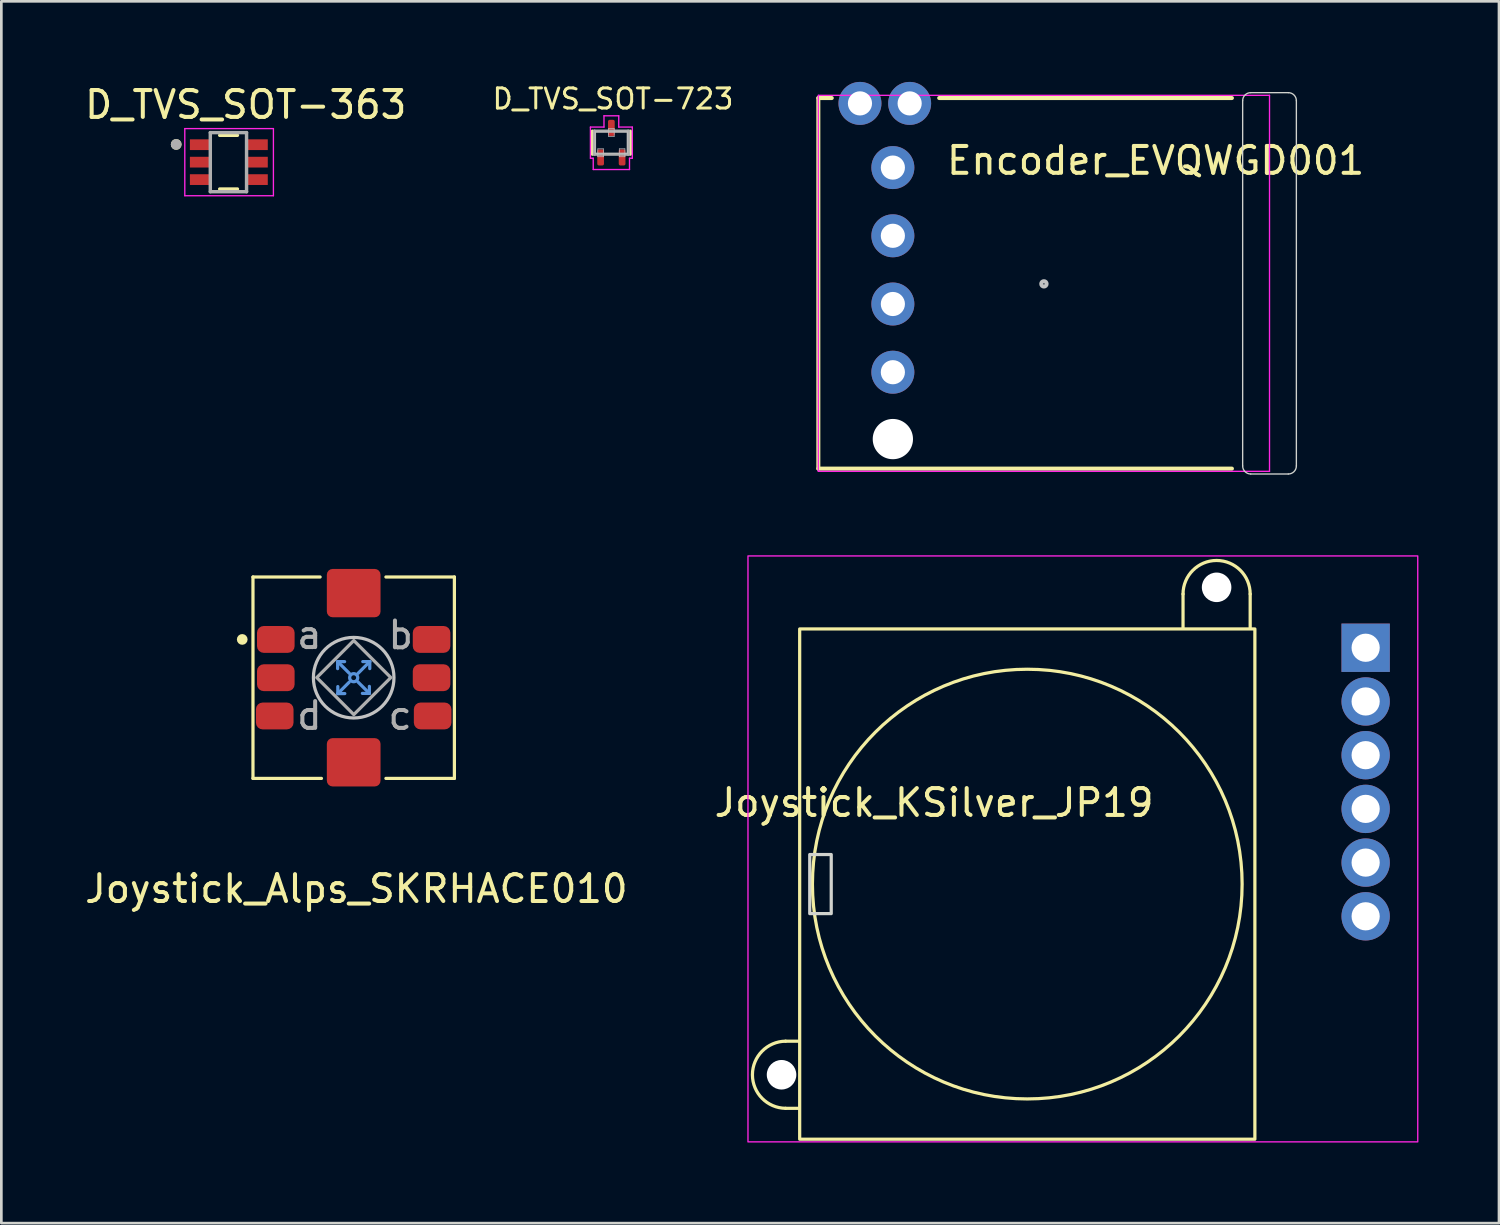
<source format=kicad_pcb>
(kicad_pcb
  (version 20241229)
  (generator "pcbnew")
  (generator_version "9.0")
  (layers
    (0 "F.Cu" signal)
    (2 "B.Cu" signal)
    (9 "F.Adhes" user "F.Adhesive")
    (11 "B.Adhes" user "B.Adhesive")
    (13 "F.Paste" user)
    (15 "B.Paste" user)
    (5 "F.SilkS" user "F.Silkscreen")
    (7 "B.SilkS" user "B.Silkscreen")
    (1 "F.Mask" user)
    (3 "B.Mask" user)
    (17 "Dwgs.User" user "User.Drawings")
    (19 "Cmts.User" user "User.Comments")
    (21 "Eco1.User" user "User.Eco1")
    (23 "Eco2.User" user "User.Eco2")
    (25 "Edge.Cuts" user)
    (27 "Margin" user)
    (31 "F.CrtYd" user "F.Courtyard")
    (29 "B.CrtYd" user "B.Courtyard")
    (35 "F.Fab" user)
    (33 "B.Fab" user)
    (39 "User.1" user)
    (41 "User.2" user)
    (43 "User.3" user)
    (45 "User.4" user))
  (footprint "D_TVS_SOT-363"
    (layer "F.Cu")
    (at 5.461 2.988)
    (property "Reference" "D_TVS_SOT-363" (at 0.64 -2.14 0) (layer "F.SilkS") (effects (font (size 1 1) (thickness 0.15))))
    (attr smd)
    (fp_line (start -0.33 1) (end 0.33 1) (stroke (width 0.127) (type solid)) (layer "F.SilkS"))
    (fp_line (start 0.33 -1) (end -0.33 -1) (stroke (width 0.127) (type solid)) (layer "F.SilkS"))
    (fp_circle (center -1.95 -0.66) (end -1.85 -0.66) (stroke (width 0.2) (type solid)) (fill no) (layer "F.SilkS"))
    (fp_line (start -1.63 -1.25) (end -1.63 1.25) (stroke (width 0.05) (type solid)) (layer "F.CrtYd"))
    (fp_line (start -1.63 1.25) (end 1.67 1.25) (stroke (width 0.05) (type solid)) (layer "F.CrtYd"))
    (fp_line (start 1.67 -1.25) (end -1.63 -1.25) (stroke (width 0.05) (type solid)) (layer "F.CrtYd"))
    (fp_line (start 1.67 1.25) (end 1.67 -1.25) (stroke (width 0.05) (type solid)) (layer "F.CrtYd"))
    (fp_line (start -0.68 -1.1) (end -0.68 1.1) (stroke (width 0.127) (type solid)) (layer "F.Fab"))
    (fp_line (start -0.68 1.1) (end 0.67 1.1) (stroke (width 0.127) (type solid)) (layer "F.Fab"))
    (fp_line (start 0.67 -1.1) (end -0.68 -1.1) (stroke (width 0.127) (type solid)) (layer "F.Fab"))
    (fp_line (start 0.67 1.1) (end 0.67 -1.1) (stroke (width 0.127) (type solid)) (layer "F.Fab"))
    (fp_circle (center -1.95 -0.66) (end -1.85 -0.66) (stroke (width 0.2) (type solid)) (fill no) (layer "F.Fab"))
    (pad "1" smd rect (at -1.04 -0.65) (size 0.8 0.4) (layers "F.Cu" "F.Mask" "F.Paste"))
    (pad "2" smd rect (at -1.04 0) (size 0.8 0.4) (layers "F.Cu" "F.Mask" "F.Paste"))
    (pad "3" smd rect (at -1.04 0.65) (size 0.8 0.4) (layers "F.Cu" "F.Mask" "F.Paste"))
    (pad "4" smd rect (at 1.06 0.65) (size 0.8 0.4) (layers "F.Cu" "F.Mask" "F.Paste"))
    (pad "5" smd rect (at 1.06 0) (size 0.8 0.4) (layers "F.Cu" "F.Mask" "F.Paste"))
    (pad "6" smd rect (at 1.06 -0.65) (size 0.8 0.4) (layers "F.Cu" "F.Mask" "F.Paste")))
  (footprint "Joystick_Alps_SKRHACE010"
    (layer "F.Cu")
    (at 10.12 22.185)
    (property "Reference" "Joystick_Alps_SKRHACE010" (at 0.1 7.86 0) (unlocked yes) (layer "F.SilkS") (effects (font (size 1 1) (thickness 0.15))))
    (attr smd)
    (fp_line (start -3.75 -3.75) (end -1.25 -3.75) (stroke (width 0.12) (type default)) (layer "F.SilkS"))
    (fp_line (start -3.75 3.75) (end -3.75 -3.75) (stroke (width 0.12) (type default)) (layer "F.SilkS"))
    (fp_line (start -1.2 3.75) (end -3.75 3.75) (stroke (width 0.12) (type default)) (layer "F.SilkS"))
    (fp_line (start 3.75 -3.75) (end 1.2 -3.75) (stroke (width 0.12) (type default)) (layer "F.SilkS"))
    (fp_line (start 3.75 -3.75) (end 3.75 3.75) (stroke (width 0.12) (type default)) (layer "F.SilkS"))
    (fp_line (start 3.75 3.75) (end 1.2 3.75) (stroke (width 0.12) (type default)) (layer "F.SilkS"))
    (fp_circle (center -4.15 -1.425) (end -4.05 -1.425) (stroke (width 0.2) (type solid)) (fill no) (layer "F.SilkS"))
    (fp_circle (center 0 0) (end 1.5 0) (stroke (width 0.12) (type default)) (fill no) (layer "Dwgs.User"))
    (fp_line (start -0.598 -0.598) (end -0.598 -0.338) (stroke (width 0.12) (type default)) (layer "Cmts.User"))
    (fp_line (start -0.598 -0.598) (end -0.338 -0.598) (stroke (width 0.12) (type default)) (layer "Cmts.User"))
    (fp_line (start -0.591 0.591) (end -0.591 0.331) (stroke (width 0.12) (type default)) (layer "Cmts.User"))
    (fp_line (start -0.591 0.591) (end -0.331 0.591) (stroke (width 0.12) (type default)) (layer "Cmts.User"))
    (fp_line (start -0.169 0.169) (end -0.591 0.591) (stroke (width 0.12) (type default)) (layer "Cmts.User"))
    (fp_line (start -0.162 -0.162) (end -0.598 -0.598) (stroke (width 0.12) (type default)) (layer "Cmts.User"))
    (fp_line (start 0.16 0.16) (end 0.584 0.584) (stroke (width 0.12) (type default)) (layer "Cmts.User"))
    (fp_line (start 0.161 -0.161) (end 0.599 -0.599) (stroke (width 0.12) (type default)) (layer "Cmts.User"))
    (fp_line (start 0.584 0.584) (end 0.324 0.584) (stroke (width 0.12) (type default)) (layer "Cmts.User"))
    (fp_line (start 0.584 0.584) (end 0.584 0.324) (stroke (width 0.12) (type default)) (layer "Cmts.User"))
    (fp_line (start 0.599 -0.599) (end 0.339 -0.599) (stroke (width 0.12) (type default)) (layer "Cmts.User"))
    (fp_line (start 0.599 -0.599) (end 0.599 -0.339) (stroke (width 0.12) (type default)) (layer "Cmts.User"))
    (fp_circle (center 0 0) (end 0.15 0) (stroke (width 0.12) (type default)) (fill no) (layer "Cmts.User"))
    (fp_rect (start -4.5 -4.5) (end 4.5 4.5) (stroke (width 0.12) (type default)) (fill no) (layer "Margin"))
    (fp_poly (pts (xy 0.004 -1.384) (xy 1.383 -0.005) (xy 0.004 1.374) (xy -1.375 -0.005)) (stroke (width 0.12) (type solid)) (fill no) (layer "F.Fab"))
    (fp_text user "d" (at -2.2 2 0) (layer "F.Fab") (effects (font (size 1 1) (thickness 0.15)) (justify left bottom)))
    (fp_text user "b" (at 1.2 -1 0) (layer "F.Fab") (effects (font (size 1 1) (thickness 0.15)) (justify left bottom)))
    (fp_text user "c" (at 1.2 2 0) (layer "F.Fab") (effects (font (size 1 1) (thickness 0.15)) (justify left bottom)))
    (fp_text user "a" (at -2.2 -1.01 0) (layer "F.Fab") (effects (font (size 1 1) (thickness 0.15)) (justify left bottom)))
    (pad "1" smd roundrect (at -2.9 -1.425) (size 1.4 1) (layers "F.Cu" "F.Mask" "F.Paste") (roundrect_rratio 0.25))
    (pad "2" smd roundrect (at -2.9 0) (size 1.4 1) (layers "F.Cu" "F.Mask" "F.Paste") (roundrect_rratio 0.25))
    (pad "3" smd roundrect (at -2.94 1.425) (size 1.4 1) (layers "F.Cu" "F.Mask" "F.Paste") (roundrect_rratio 0.25))
    (pad "4" smd roundrect (at 2.9 -1.425) (size 1.4 1) (layers "F.Cu" "F.Mask" "F.Paste") (roundrect_rratio 0.25))
    (pad "5" smd roundrect (at 2.9 0) (size 1.4 1) (layers "F.Cu" "F.Mask" "F.Paste") (roundrect_rratio 0.25))
    (pad "6" smd roundrect (at 2.94 1.425) (size 1.4 1) (layers "F.Cu" "F.Mask" "F.Paste") (roundrect_rratio 0.25))
    (pad "MP" smd roundrect (at 0 -3.15) (size 2 1.8) (layers "F.Cu" "F.Mask" "F.Paste") (roundrect_rratio 0.12))
    (pad "MP" smd roundrect (at 0 3.15) (size 2 1.8) (layers "F.Cu" "F.Mask" "F.Paste") (roundrect_rratio 0.12)))
  (footprint "D_TVS_SOT-723"
    (layer "F.Cu")
    (at 19.715 2.262)
    (property "Reference" "D_TVS_SOT-723" (at 0.06 -1.63 0) (layer "F.SilkS") (effects (font (size 0.75 0.75) (thickness 0.11))))
    (attr smd)
    (fp_line (start -0.705 0.43) (end -0.705 -0.43) (stroke (width 0.12) (type solid)) (layer "F.SilkS"))
    (fp_line (start 0.705 0.43) (end 0.705 -0.43) (stroke (width 0.12) (type solid)) (layer "F.SilkS"))
    (fp_line (start -0.6 -0.4) (end 0.6 -0.4) (stroke (width 0.025) (type solid)) (layer "Dwgs.User"))
    (fp_line (start -0.6 0.4) (end -0.6 -0.4) (stroke (width 0.025) (type solid)) (layer "Dwgs.User"))
    (fp_line (start -0.505 0.23) (end -0.295 0.23) (stroke (width 0.025) (type solid)) (layer "Dwgs.User"))
    (fp_line (start -0.505 0.525) (end -0.505 0.23) (stroke (width 0.025) (type solid)) (layer "Dwgs.User"))
    (fp_line (start -0.295 0.23) (end -0.295 0.525) (stroke (width 0.025) (type solid)) (layer "Dwgs.User"))
    (fp_line (start -0.295 0.525) (end -0.505 0.525) (stroke (width 0.025) (type solid)) (layer "Dwgs.User"))
    (fp_line (start -0.105 -0.525) (end 0.105 -0.525) (stroke (width 0.025) (type solid)) (layer "Dwgs.User"))
    (fp_line (start -0.105 -0.23) (end -0.105 -0.525) (stroke (width 0.025) (type solid)) (layer "Dwgs.User"))
    (fp_line (start 0.105 -0.525) (end 0.105 -0.23) (stroke (width 0.025) (type solid)) (layer "Dwgs.User"))
    (fp_line (start 0.105 -0.23) (end -0.105 -0.23) (stroke (width 0.025) (type solid)) (layer "Dwgs.User"))
    (fp_line (start 0.295 0.23) (end 0.505 0.23) (stroke (width 0.025) (type solid)) (layer "Dwgs.User"))
    (fp_line (start 0.295 0.525) (end 0.295 0.23) (stroke (width 0.025) (type solid)) (layer "Dwgs.User"))
    (fp_line (start 0.505 0.23) (end 0.505 0.525) (stroke (width 0.025) (type solid)) (layer "Dwgs.User"))
    (fp_line (start 0.505 0.525) (end 0.295 0.525) (stroke (width 0.025) (type solid)) (layer "Dwgs.User"))
    (fp_line (start 0.6 -0.4) (end 0.6 0.4) (stroke (width 0.025) (type solid)) (layer "Dwgs.User"))
    (fp_line (start 0.6 0.4) (end -0.6 0.4) (stroke (width 0.025) (type solid)) (layer "Dwgs.User"))
    (fp_line (start -0.78 -0.58) (end -0.78 0.58) (stroke (width 0.05) (type solid)) (layer "F.CrtYd"))
    (fp_line (start -0.78 0.58) (end -0.675 0.58) (stroke (width 0.05) (type solid)) (layer "F.CrtYd"))
    (fp_line (start -0.675 0.58) (end -0.675 1) (stroke (width 0.05) (type solid)) (layer "F.CrtYd"))
    (fp_line (start -0.675 1) (end 0.675 1) (stroke (width 0.05) (type solid)) (layer "F.CrtYd"))
    (fp_line (start -0.275 -1) (end -0.275 -0.58) (stroke (width 0.05) (type solid)) (layer "F.CrtYd"))
    (fp_line (start -0.275 -0.58) (end -0.78 -0.58) (stroke (width 0.05) (type solid)) (layer "F.CrtYd"))
    (fp_line (start 0.275 -1) (end -0.275 -1) (stroke (width 0.05) (type solid)) (layer "F.CrtYd"))
    (fp_line (start 0.275 -0.58) (end 0.275 -1) (stroke (width 0.05) (type solid)) (layer "F.CrtYd"))
    (fp_line (start 0.675 0.58) (end 0.78 0.58) (stroke (width 0.05) (type solid)) (layer "F.CrtYd"))
    (fp_line (start 0.675 1) (end 0.675 0.58) (stroke (width 0.05) (type solid)) (layer "F.CrtYd"))
    (fp_line (start 0.78 -0.58) (end 0.275 -0.58) (stroke (width 0.05) (type solid)) (layer "F.CrtYd"))
    (fp_line (start 0.78 0.58) (end 0.78 -0.58) (stroke (width 0.05) (type solid)) (layer "F.CrtYd"))
    (fp_line (start -0.63 -0.43) (end 0.63 -0.43) (stroke (width 0.12) (type solid)) (layer "F.Fab"))
    (fp_line (start -0.63 0.43) (end -0.63 -0.43) (stroke (width 0.12) (type solid)) (layer "F.Fab"))
    (fp_line (start 0.63 -0.43) (end 0.63 0.43) (stroke (width 0.12) (type solid)) (layer "F.Fab"))
    (fp_line (start 0.63 0.43) (end -0.63 0.43) (stroke (width 0.12) (type solid)) (layer "F.Fab"))
    (pad "1" smd roundrect (at -0.4 0.55 90) (size 0.6 0.25) (layers "F.Cu" "F.Mask" "F.Paste") (roundrect_rratio 0.25))
    (pad "2" smd roundrect (at 0.4 0.55 90) (size 0.6 0.25) (layers "F.Cu" "F.Mask" "F.Paste") (roundrect_rratio 0.25))
    (pad "3" smd roundrect (at 0 -0.55 90) (size 0.6 0.25) (layers "F.Cu" "F.Mask" "F.Paste") (roundrect_rratio 0.25)))
  (footprint "Encoder_EVQWGD001"
    (layer "F.Cu")
    (at 35.822 7.52)
    (property "Reference" "Encoder_EVQWGD001" (at 4.16 -4.59 180) (layer "F.SilkS") (effects (font (size 1 1) (thickness 0.15))))
    (attr through_hole exclude_from_pos_files exclude_from_bom)
    (fp_line (start -8.4 -6.92) (end -8.4 6.88) (stroke (width 0.15) (type solid)) (layer "F.SilkS"))
    (fp_line (start -8.4 6.88) (end 7 6.88) (stroke (width 0.15) (type solid)) (layer "F.SilkS"))
    (fp_line (start -7.9 -6.92) (end -8.4 -6.92) (stroke (width 0.15) (type solid)) (layer "F.SilkS"))
    (fp_line (start 7 -6.92) (end -3.9 -6.92) (stroke (width 0.15) (type solid)) (layer "F.SilkS"))
    (fp_circle (center 0 0) (end 0.1 0) (stroke (width 0.15) (type solid)) (fill no) (layer "Dwgs.User"))
    (fp_line (start 7.4 -6.82) (end 7.4 6.78) (stroke (width 0.05) (type solid)) (layer "Edge.Cuts"))
    (fp_line (start 7.7 7.08) (end 9.1 7.08) (stroke (width 0.05) (type solid)) (layer "Edge.Cuts"))
    (fp_line (start 9.1 -7.12) (end 7.7 -7.12) (stroke (width 0.05) (type solid)) (layer "Edge.Cuts"))
    (fp_line (start 9.4 6.78) (end 9.4 -6.82) (stroke (width 0.05) (type solid)) (layer "Edge.Cuts"))
    (fp_arc (start 7.4 -6.82) (mid 7.487868 -7.032132) (end 7.7 -7.12) (stroke (width 0.05) (type solid)) (layer "Edge.Cuts"))
    (fp_arc (start 7.7 7.08) (mid 7.487868 6.992132) (end 7.4 6.78) (stroke (width 0.05) (type solid)) (layer "Edge.Cuts"))
    (fp_arc (start 9.1 -7.12) (mid 9.312132 -7.032132) (end 9.4 -6.82) (stroke (width 0.05) (type solid)) (layer "Edge.Cuts"))
    (fp_arc (start 9.4 6.78) (mid 9.312132 6.992132) (end 9.1 7.08) (stroke (width 0.05) (type solid)) (layer "Edge.Cuts"))
    (fp_line (start -8.4 -7.02) (end 8.4 -7.02) (stroke (width 0.05) (type solid)) (layer "F.CrtYd"))
    (fp_line (start -8.4 6.98) (end -8.4 -7.02) (stroke (width 0.05) (type solid)) (layer "F.CrtYd"))
    (fp_line (start 8.4 -7.02) (end 8.4 6.98) (stroke (width 0.05) (type solid)) (layer "F.CrtYd"))
    (fp_line (start 8.4 6.98) (end -8.4 6.98) (stroke (width 0.05) (type solid)) (layer "F.CrtYd"))
    (pad "" np_thru_hole circle (at -5.625 5.78) (size 1.5 1.5) (drill 1.5) (layers "*.Cu" "*.Mask"))
    (pad "A" thru_hole circle (at -5.625 -4.33) (size 1.6 1.6) (drill 0.9) (layers "*.Cu" "*.Mask"))
    (pad "B" thru_hole circle (at -5.625 -1.79) (size 1.6 1.6) (drill 0.9) (layers "*.Cu" "*.Mask"))
    (pad "C" thru_hole circle (at -5.625 0.75) (size 1.6 1.6) (drill 0.9) (layers "*.Cu" "*.Mask"))
    (pad "D" thru_hole circle (at -5.625 3.29) (size 1.6 1.6) (drill 0.9) (layers "*.Cu" "*.Mask"))
    (pad "S1" thru_hole circle (at -6.85 -6.72) (size 1.6 1.6) (drill 0.9) (layers "*.Cu" "*.Mask"))
    (pad "S2" thru_hole circle (at -5 -6.72) (size 1.6 1.6) (drill 0.9) (layers "*.Cu" "*.Mask")))
  (footprint "Joystick_KSilver_JP19"
    (layer "F.Cu")
    (at 35.202 29.87)
    (property "Reference" "Joystick_KSilver_JP19" (at -3.47 -3.03 0) (unlocked yes) (layer "F.SilkS") (effects (font (size 1 1) (thickness 0.15))))
    (attr through_hole)
    (fp_line (start -9 5.85) (end -8.5 5.85) (stroke (width 0.12) (type solid)) (layer "F.SilkS"))
    (fp_line (start -9 8.35) (end -8.5 8.35) (stroke (width 0.12) (type solid)) (layer "F.SilkS"))
    (fp_line (start 5.8 -10.8) (end 5.8 -9.55) (stroke (width 0.12) (type solid)) (layer "F.SilkS"))
    (fp_line (start 8.3 -10.8) (end 8.3 -9.55) (stroke (width 0.12) (type solid)) (layer "F.SilkS"))
    (fp_rect (start 8.475 -9.5) (end -8.475 9.5) (stroke (width 0.12) (type solid)) (fill no) (layer "F.SilkS"))
    (fp_arc (start -9 8.35) (mid -10.231132 7.1) (end -9 5.85) (stroke (width 0.12) (type solid)) (layer "F.SilkS"))
    (fp_arc (start 5.8 -10.8) (mid 7.05 -12.05) (end 8.3 -10.8) (stroke (width 0.12) (type solid)) (layer "F.SilkS"))
    (fp_circle (center 0 0) (end 8 0) (stroke (width 0.12) (type solid)) (fill no) (layer "F.SilkS"))
    (fp_rect (start -8.1 1.1) (end -7.3 -1.1) (stroke (width 0.12) (type solid)) (fill no) (layer "Edge.Cuts"))
    (fp_rect (start -10.4 -12.22) (end 14.54 9.6) (stroke (width 0.05) (type default)) (fill no) (layer "F.CrtYd"))
    (pad "" np_thru_hole circle (at -9.15 7.1) (size 1.1 1.1) (drill 1.1) (layers "*.Cu" "*.Mask"))
    (pad "" np_thru_hole circle (at 7.05 -11.05) (size 1.1 1.1) (drill 1.1) (layers "*.Cu" "*.Mask"))
    (pad "1" thru_hole rect (at 12.6 -8.8) (size 1.8 1.8) (drill 1.05) (layers "*.Cu" "*.Mask"))
    (pad "2" thru_hole circle (at 12.6 -6.8) (size 1.8 1.8) (drill 1.05) (layers "*.Cu" "*.Mask"))
    (pad "3" thru_hole circle (at 12.6 -4.8) (size 1.8 1.8) (drill 1.05) (layers "*.Cu" "*.Mask"))
    (pad "4" thru_hole circle (at 12.6 -2.8) (size 1.8 1.8) (drill 1.05) (layers "*.Cu" "*.Mask"))
    (pad "5" thru_hole circle (at 12.6 -0.8) (size 1.8 1.8) (drill 1.05) (layers "*.Cu" "*.Mask"))
    (pad "6" thru_hole circle (at 12.6 1.2) (size 1.8 1.8) (drill 1.05) (layers "*.Cu" "*.Mask")))
  (gr_rect
    (start -3 -3)
    (end 52.767 42.495)
    (stroke (width 0.1) (type default))
    (fill no)
    (layer "Edge.Cuts")))
</source>
